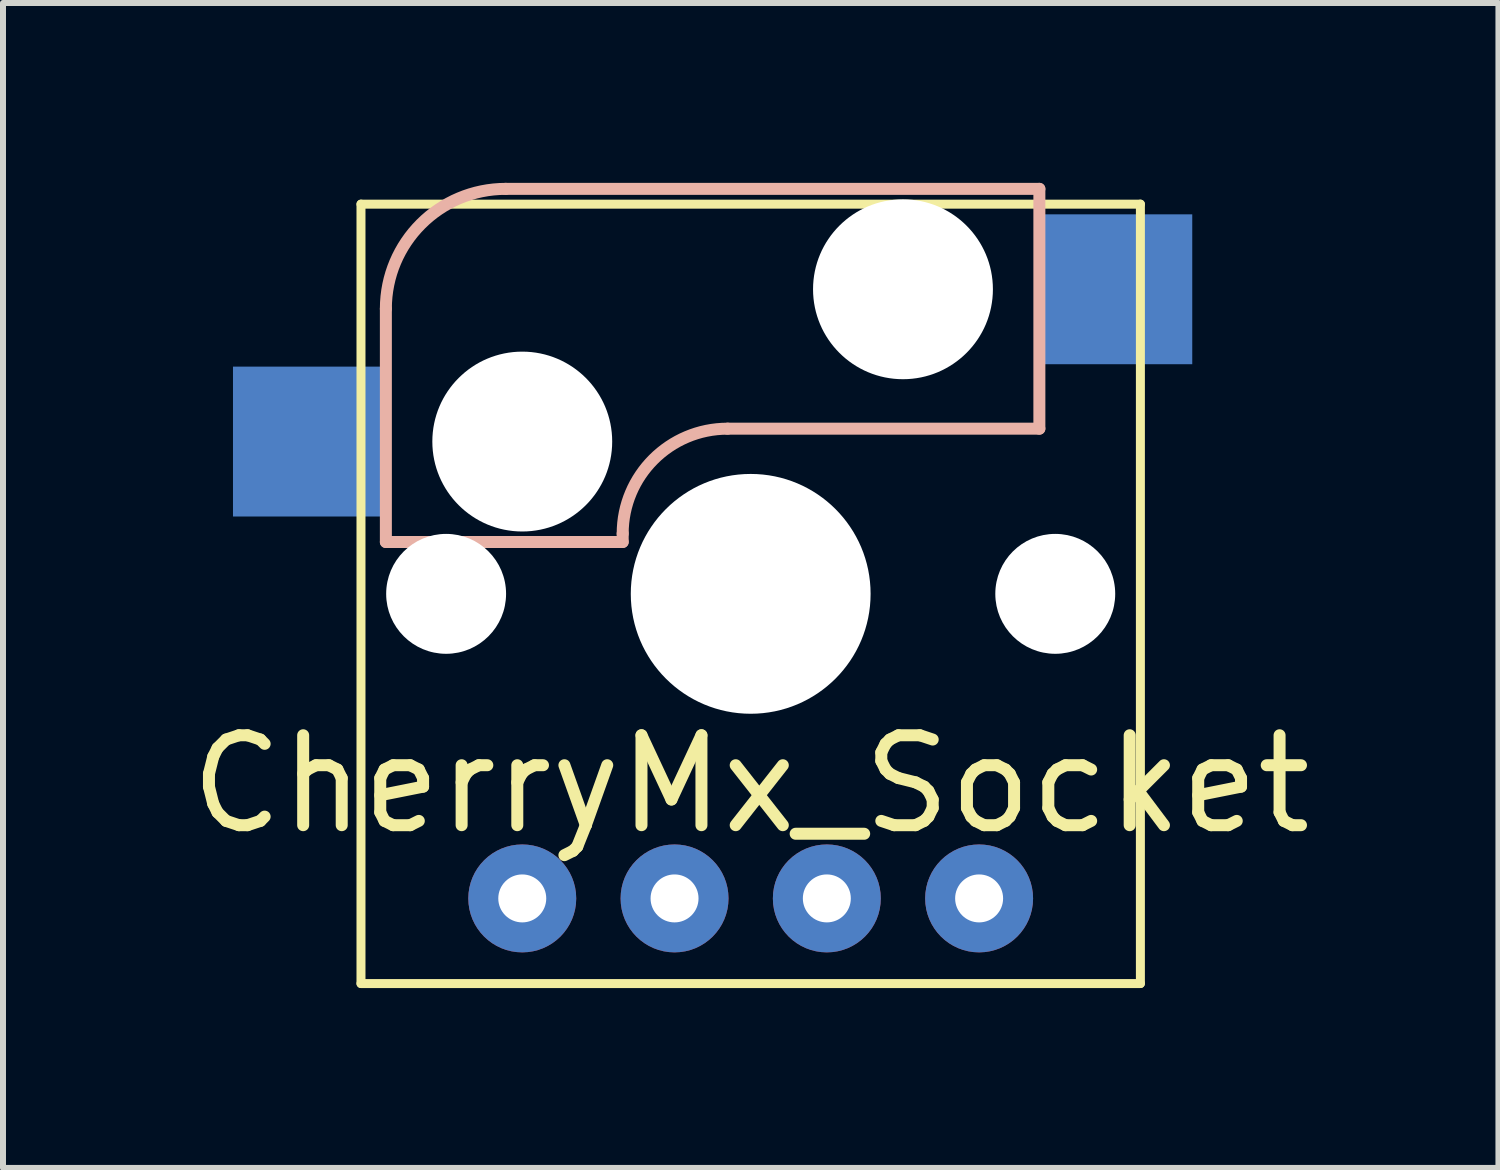
<source format=kicad_pcb>
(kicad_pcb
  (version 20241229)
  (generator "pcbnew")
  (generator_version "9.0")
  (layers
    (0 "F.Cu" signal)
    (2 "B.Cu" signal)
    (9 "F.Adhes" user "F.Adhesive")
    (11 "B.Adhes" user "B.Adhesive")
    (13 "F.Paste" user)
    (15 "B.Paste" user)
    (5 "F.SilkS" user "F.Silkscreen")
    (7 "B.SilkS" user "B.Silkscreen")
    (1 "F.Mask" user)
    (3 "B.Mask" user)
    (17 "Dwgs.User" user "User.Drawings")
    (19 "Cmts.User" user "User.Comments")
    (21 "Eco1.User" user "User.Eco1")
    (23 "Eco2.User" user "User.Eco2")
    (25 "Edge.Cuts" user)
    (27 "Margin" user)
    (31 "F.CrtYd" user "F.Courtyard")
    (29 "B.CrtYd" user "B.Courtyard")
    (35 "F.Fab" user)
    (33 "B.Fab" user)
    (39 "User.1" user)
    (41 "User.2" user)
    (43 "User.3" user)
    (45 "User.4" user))
  (footprint "CherryMx_Socket"
    (layer "F.Cu")
    (at 9.471 6.855)
    (property "Reference" "CherryMx_Socket" (at 0 3.175 180) (layer "F.SilkS") (effects (font (size 1.5 1.5) (thickness 0.2))))
    (attr through_hole)
    (fp_line (start -6.5 -6.5) (end 6.5 -6.5) (stroke (width 0.15) (type solid)) (layer "F.SilkS"))
    (fp_line (start -6.5 6.5) (end -6.5 -6.5) (stroke (width 0.15) (type solid)) (layer "F.SilkS"))
    (fp_line (start 6.5 -6.5) (end 6.5 6.5) (stroke (width 0.15) (type solid)) (layer "F.SilkS"))
    (fp_line (start 6.5 6.5) (end -6.5 6.5) (stroke (width 0.15) (type solid)) (layer "F.SilkS"))
    (fp_line (start -6.085 -4.755) (end -6.085 -0.865) (stroke (width 0.2) (type solid)) (layer "B.SilkS"))
    (fp_line (start -6.085 -0.865) (end -2.135 -0.865) (stroke (width 0.2) (type solid)) (layer "B.SilkS"))
    (fp_line (start -4.085 -6.755) (end 4.815 -6.755) (stroke (width 0.2) (type solid)) (layer "B.SilkS"))
    (fp_line (start -2.135 -1.005) (end -2.135 -0.865) (stroke (width 0.2) (type solid)) (layer "B.SilkS"))
    (fp_line (start -0.385 -2.755) (end 4.815 -2.755) (stroke (width 0.2) (type solid)) (layer "B.SilkS"))
    (fp_line (start 4.815 -6.755) (end 4.815 -2.755) (stroke (width 0.2) (type solid)) (layer "B.SilkS"))
    (fp_arc (start -6.084999 -4.754999) (mid -5.499213 -6.169213) (end -4.084999 -6.754999) (stroke (width 0.2) (type solid)) (layer "B.SilkS"))
    (fp_arc (start -2.134999 -1.004999) (mid -1.622436 -2.242436) (end -0.384999 -2.754999) (stroke (width 0.2) (type solid)) (layer "B.SilkS"))
    (fp_arc (start -0.25 0) (mid 0 -0.25) (end 0.25 0) (stroke (width 0.1) (type solid)) (layer "B.SilkS"))
    (fp_arc (start 0.25 0) (mid 0 0.25) (end -0.25 0) (stroke (width 0.1) (type solid)) (layer "B.SilkS"))
    (pad "" np_thru_hole circle (at -5.08 0) (size 2 2) (drill 2) (layers "*.Cu" "*.Mask"))
    (pad "" np_thru_hole circle (at -3.81 -2.54) (size 3 3) (drill 3) (layers "*.Cu" "*.Mask"))
    (pad "" thru_hole circle (at -3.81 5.08) (size 1.8 1.8) (drill 0.8) (layers "*.Cu" "*.Mask"))
    (pad "" thru_hole circle (at -1.27 5.08) (size 1.8 1.8) (drill 0.8) (layers "*.Cu" "*.Mask"))
    (pad "" np_thru_hole circle (at 0 0) (size 4 4) (drill 4) (layers "*.Cu" "*.Mask"))
    (pad "" thru_hole circle (at 1.27 5.08) (size 1.8 1.8) (drill 0.8) (layers "*.Cu" "*.Mask"))
    (pad "" np_thru_hole circle (at 2.54 -5.08) (size 3 3) (drill 3) (layers "*.Cu" "*.Mask"))
    (pad "" thru_hole circle (at 3.81 5.08) (size 1.8 1.8) (drill 0.8) (layers "*.Cu" "*.Mask"))
    (pad "" np_thru_hole circle (at 5.08 0) (size 2 2) (drill 2) (layers "*.Cu" "*.Mask"))
    (pad "1" smd rect (at -7.36 -2.54) (size 2.55 2.5) (layers "B.Cu" "B.Mask" "B.Paste"))
    (pad "2" smd rect (at 6.09 -5.08) (size 2.55 2.5) (layers "B.Cu" "B.Mask" "B.Paste")))
  (gr_rect
    (start -3 -3)
    (end 21.943 16.43)
    (stroke (width 0.1) (type default))
    (fill no)
    (layer "Edge.Cuts")))
</source>
